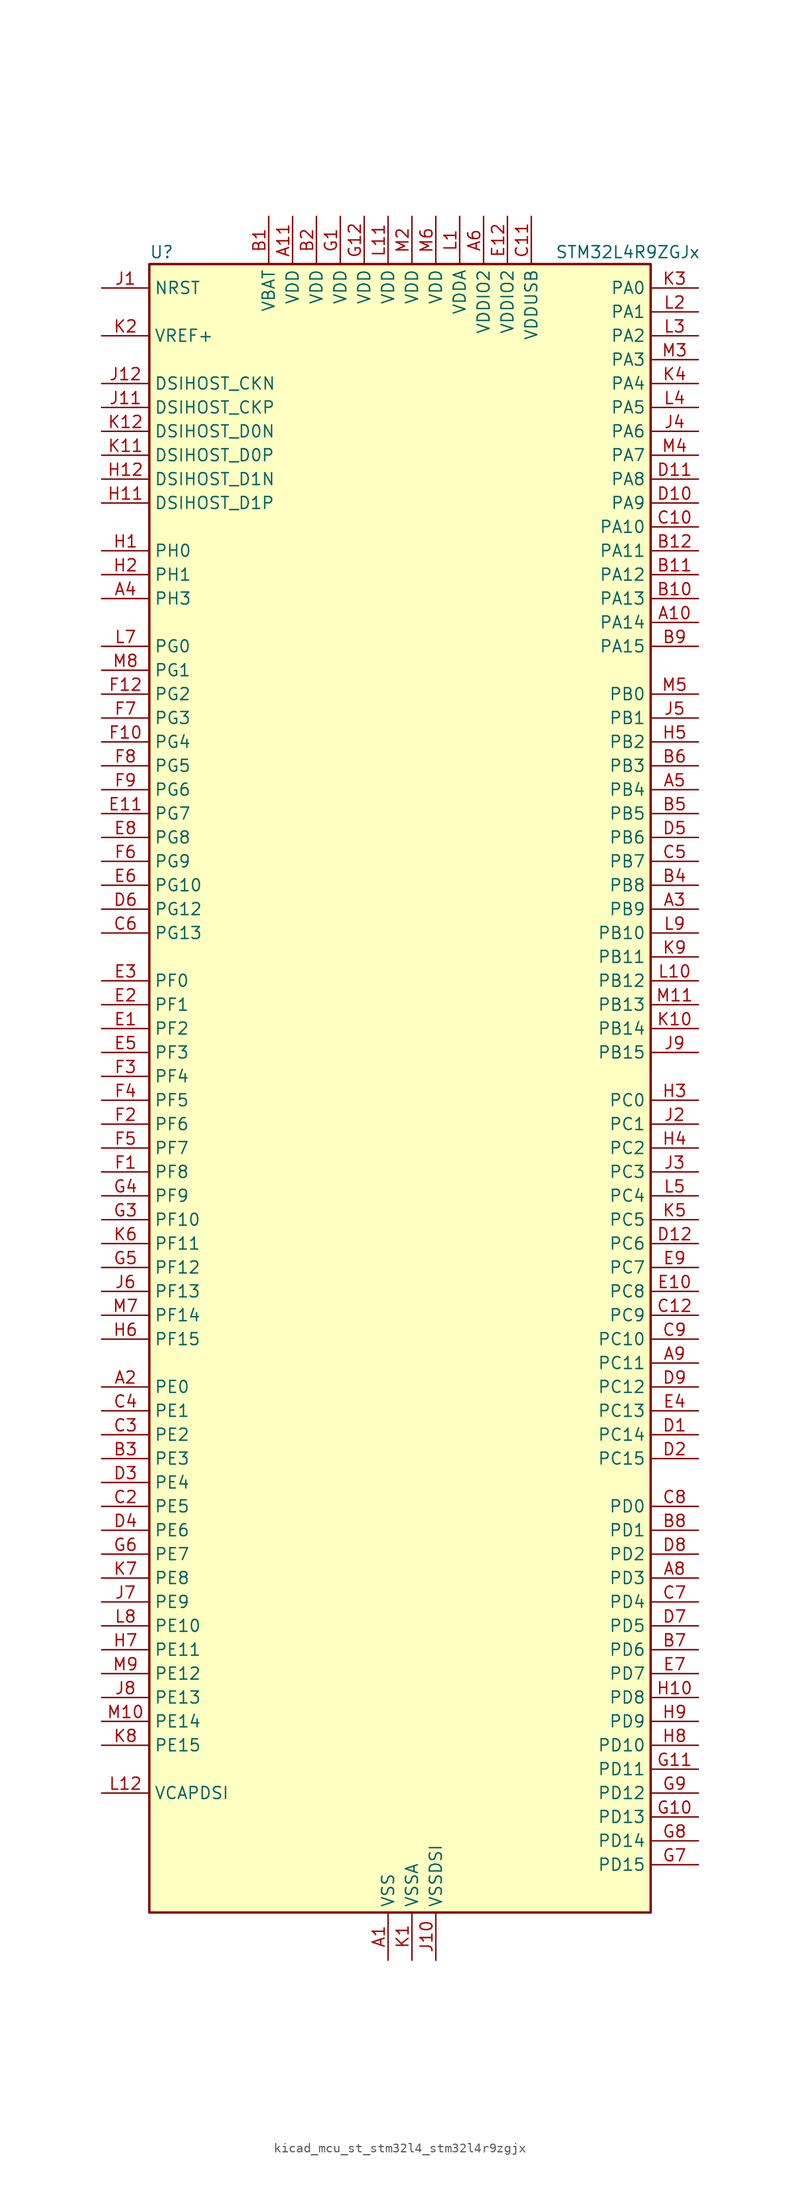
<source format=kicad_sym>
(kicad_symbol_lib
  (version 20220914)
  (generator kicad_symbol_editor)
  (symbol "kicad_mcu_st_stm32l4_stm32l4r9zgjx"
    (property "Reference" "U"
      (at -25.4 90.17 0)
      (effects (font (size 1.27 1.27)) (justify left)))
    (property "Value" "STM32L4R9ZGJx"
      (at 17.78 90.17 0)
      (effects (font (size 1.27 1.27)) (justify left)))
    (property "ki_locked" ""
      (at 0 0 0)
      (effects (font (size 1.27 1.27))))
    (symbol "kicad_mcu_st_stm32l4_stm32l4r9zgjx_0_1"
      (rectangle (start -25.4 -86.36) (end 27.94 88.9) (stroke (width 0.254) (type default)) (fill (type background))))
    (symbol "kicad_mcu_st_stm32l4_stm32l4r9zgjx_1_1"
      (pin power_in line (at 0 -91.44 90) (length 5.08) (name "VSS" (effects (font (size 1.27 1.27)))) (number "A1" (effects (font (size 1.27 1.27)))))
      (pin bidirectional line (at 33.02 50.8 180) (length 5.08) (name "PA14" (effects (font (size 1.27 1.27)))) (number "A10" (effects (font (size 1.27 1.27)))) (alternate "I2C1_SMBA" bidirectional line) (alternate "I2C4_SMBA" bidirectional line) (alternate "LPTIM1_OUT" bidirectional line) (alternate "SAI1_FS_B" bidirectional line) (alternate "SYS_JTCK-SWCLK" bidirectional line) (alternate "USB_OTG_FS_SOF" bidirectional line))
      (pin power_in line (at -10.16 93.98 270) (length 5.08) (name "VDD" (effects (font (size 1.27 1.27)))) (number "A11" (effects (font (size 1.27 1.27)))))
      (pin passive line (at 0 -91.44 90) (length 5.08) hide (name "VSS" (effects (font (size 1.27 1.27)))) (number "A12" (effects (font (size 1.27 1.27)))))
      (pin bidirectional line (at -30.48 -30.48 0) (length 5.08) (name "PE0" (effects (font (size 1.27 1.27)))) (number "A2" (effects (font (size 1.27 1.27)))) (alternate "DCMI_D2" bidirectional line) (alternate "FMC_NBL0" bidirectional line) (alternate "LTDC_HSYNC" bidirectional line) (alternate "TIM16_CH1" bidirectional line) (alternate "TIM4_ETR" bidirectional line))
      (pin bidirectional line (at 33.02 20.32 180) (length 5.08) (name "PB9" (effects (font (size 1.27 1.27)))) (number "A3" (effects (font (size 1.27 1.27)))) (alternate "CAN1_TX" bidirectional line) (alternate "DAC1_EXTI9" bidirectional line) (alternate "DCMI_D7" bidirectional line) (alternate "DFSDM1_CKIN6" bidirectional line) (alternate "I2C1_SDA" bidirectional line) (alternate "IR_OUT" bidirectional line) (alternate "SAI1_D2" bidirectional line) (alternate "SAI1_FS_A" bidirectional line) (alternate "SDMMC1_CDIR" bidirectional line) (alternate "SDMMC1_D5" bidirectional line) (alternate "SPI2_NSS" bidirectional line) (alternate "TIM17_CH1" bidirectional line) (alternate "TIM4_CH4" bidirectional line))
      (pin bidirectional line (at -30.48 53.34 0) (length 5.08) (name "PH3" (effects (font (size 1.27 1.27)))) (number "A4" (effects (font (size 1.27 1.27)))))
      (pin bidirectional line (at 33.02 33.02 180) (length 5.08) (name "PB4" (effects (font (size 1.27 1.27)))) (number "A5" (effects (font (size 1.27 1.27)))) (alternate "COMP2_INP" bidirectional line) (alternate "DCMI_D12" bidirectional line) (alternate "I2C3_SDA" bidirectional line) (alternate "SAI1_MCLK_B" bidirectional line) (alternate "SPI1_MISO" bidirectional line) (alternate "SPI3_MISO" bidirectional line) (alternate "SYS_JTRST" bidirectional line) (alternate "TIM17_BKIN" bidirectional line) (alternate "TIM3_CH1" bidirectional line) (alternate "TSC_G2_IO1" bidirectional line) (alternate "UART5_DE" bidirectional line) (alternate "UART5_RTS" bidirectional line) (alternate "USART1_CTS" bidirectional line) (alternate "USART1_NSS" bidirectional line))
      (pin power_in line (at 10.16 93.98 270) (length 5.08) (name "VDDIO2" (effects (font (size 1.27 1.27)))) (number "A6" (effects (font (size 1.27 1.27)))))
      (pin passive line (at 0 -91.44 90) (length 5.08) hide (name "VSS" (effects (font (size 1.27 1.27)))) (number "A7" (effects (font (size 1.27 1.27)))))
      (pin bidirectional line (at 33.02 -50.8 180) (length 5.08) (name "PD3" (effects (font (size 1.27 1.27)))) (number "A8" (effects (font (size 1.27 1.27)))) (alternate "DCMI_D5" bidirectional line) (alternate "DFSDM1_DATIN0" bidirectional line) (alternate "FMC_CLK" bidirectional line) (alternate "LTDC_CLK" bidirectional line) (alternate "OCTOSPIM_P2_NCS" bidirectional line) (alternate "SPI2_MISO" bidirectional line) (alternate "SPI2_SCK" bidirectional line) (alternate "USART2_CTS" bidirectional line) (alternate "USART2_NSS" bidirectional line))
      (pin bidirectional line (at 33.02 -27.94 180) (length 5.08) (name "PC11" (effects (font (size 1.27 1.27)))) (number "A9" (effects (font (size 1.27 1.27)))) (alternate "ADC1_EXTI11" bidirectional line) (alternate "DCMI_D2" bidirectional line) (alternate "DCMI_D4" bidirectional line) (alternate "OCTOSPIM_P1_NCS" bidirectional line) (alternate "SAI2_MCLK_B" bidirectional line) (alternate "SDMMC1_D3" bidirectional line) (alternate "SPI3_MISO" bidirectional line) (alternate "TSC_G3_IO3" bidirectional line) (alternate "UART4_RX" bidirectional line) (alternate "USART3_RX" bidirectional line))
      (pin power_in line (at -12.7 93.98 270) (length 5.08) (name "VBAT" (effects (font (size 1.27 1.27)))) (number "B1" (effects (font (size 1.27 1.27)))))
      (pin bidirectional line (at 33.02 53.34 180) (length 5.08) (name "PA13" (effects (font (size 1.27 1.27)))) (number "B10" (effects (font (size 1.27 1.27)))) (alternate "IR_OUT" bidirectional line) (alternate "SAI1_SD_B" bidirectional line) (alternate "SYS_JTMS-SWDIO" bidirectional line) (alternate "USB_OTG_FS_NOE" bidirectional line))
      (pin bidirectional line (at 33.02 55.88 180) (length 5.08) (name "PA12" (effects (font (size 1.27 1.27)))) (number "B11" (effects (font (size 1.27 1.27)))) (alternate "CAN1_TX" bidirectional line) (alternate "SPI1_MOSI" bidirectional line) (alternate "TIM1_ETR" bidirectional line) (alternate "USART1_DE" bidirectional line) (alternate "USART1_RTS" bidirectional line) (alternate "USB_OTG_FS_DP" bidirectional line))
      (pin bidirectional line (at 33.02 58.42 180) (length 5.08) (name "PA11" (effects (font (size 1.27 1.27)))) (number "B12" (effects (font (size 1.27 1.27)))) (alternate "ADC1_EXTI11" bidirectional line) (alternate "CAN1_RX" bidirectional line) (alternate "SPI1_MISO" bidirectional line) (alternate "TIM1_BKIN2" bidirectional line) (alternate "TIM1_CH4" bidirectional line) (alternate "USART1_CTS" bidirectional line) (alternate "USART1_NSS" bidirectional line) (alternate "USB_OTG_FS_DM" bidirectional line))
      (pin power_in line (at -7.62 93.98 270) (length 5.08) (name "VDD" (effects (font (size 1.27 1.27)))) (number "B2" (effects (font (size 1.27 1.27)))))
      (pin bidirectional line (at -30.48 -38.1 0) (length 5.08) (name "PE3" (effects (font (size 1.27 1.27)))) (number "B3" (effects (font (size 1.27 1.27)))) (alternate "FMC_A19" bidirectional line) (alternate "LTDC_R1" bidirectional line) (alternate "OCTOSPIM_P1_DQS" bidirectional line) (alternate "SAI1_SD_B" bidirectional line) (alternate "SYS_TRACED0" bidirectional line) (alternate "TIM3_CH1" bidirectional line) (alternate "TSC_G7_IO2" bidirectional line))
      (pin bidirectional line (at 33.02 22.86 180) (length 5.08) (name "PB8" (effects (font (size 1.27 1.27)))) (number "B4" (effects (font (size 1.27 1.27)))) (alternate "CAN1_RX" bidirectional line) (alternate "DCMI_D6" bidirectional line) (alternate "DFSDM1_CKOUT" bidirectional line) (alternate "DFSDM1_DATIN6" bidirectional line) (alternate "I2C1_SCL" bidirectional line) (alternate "LTDC_B1" bidirectional line) (alternate "SAI1_CK1" bidirectional line) (alternate "SAI1_MCLK_A" bidirectional line) (alternate "SDMMC1_CKIN" bidirectional line) (alternate "SDMMC1_D4" bidirectional line) (alternate "TIM16_CH1" bidirectional line) (alternate "TIM4_CH3" bidirectional line))
      (pin bidirectional line (at 33.02 30.48 180) (length 5.08) (name "PB5" (effects (font (size 1.27 1.27)))) (number "B5" (effects (font (size 1.27 1.27)))) (alternate "COMP2_OUT" bidirectional line) (alternate "DCMI_D10" bidirectional line) (alternate "I2C1_SMBA" bidirectional line) (alternate "LPTIM1_IN1" bidirectional line) (alternate "SAI1_SD_B" bidirectional line) (alternate "SPI1_MOSI" bidirectional line) (alternate "SPI3_MOSI" bidirectional line) (alternate "TIM16_BKIN" bidirectional line) (alternate "TIM3_CH2" bidirectional line) (alternate "TSC_G2_IO2" bidirectional line) (alternate "UART5_CTS" bidirectional line) (alternate "USART1_CK" bidirectional line))
      (pin bidirectional line (at 33.02 35.56 180) (length 5.08) (name "PB3" (effects (font (size 1.27 1.27)))) (number "B6" (effects (font (size 1.27 1.27)))) (alternate "COMP2_INM" bidirectional line) (alternate "CRS_SYNC" bidirectional line) (alternate "SAI1_SCK_B" bidirectional line) (alternate "SPI1_SCK" bidirectional line) (alternate "SPI3_SCK" bidirectional line) (alternate "SYS_JTDO-SWO" bidirectional line) (alternate "TIM2_CH2" bidirectional line) (alternate "USART1_DE" bidirectional line) (alternate "USART1_RTS" bidirectional line))
      (pin bidirectional line (at 33.02 -58.42 180) (length 5.08) (name "PD6" (effects (font (size 1.27 1.27)))) (number "B7" (effects (font (size 1.27 1.27)))) (alternate "DCMI_D10" bidirectional line) (alternate "DFSDM1_DATIN1" bidirectional line) (alternate "FMC_NWAIT" bidirectional line) (alternate "LTDC_DE" bidirectional line) (alternate "OCTOSPIM_P1_IO6" bidirectional line) (alternate "SAI1_D1" bidirectional line) (alternate "SAI1_SD_A" bidirectional line) (alternate "SPI3_MOSI" bidirectional line) (alternate "USART2_RX" bidirectional line))
      (pin bidirectional line (at 33.02 -45.72 180) (length 5.08) (name "PD1" (effects (font (size 1.27 1.27)))) (number "B8" (effects (font (size 1.27 1.27)))) (alternate "CAN1_TX" bidirectional line) (alternate "DFSDM1_CKIN7" bidirectional line) (alternate "FMC_D3" bidirectional line) (alternate "FMC_DA3" bidirectional line) (alternate "LTDC_B5" bidirectional line) (alternate "SPI2_SCK" bidirectional line))
      (pin bidirectional line (at 33.02 48.26 180) (length 5.08) (name "PA15" (effects (font (size 1.27 1.27)))) (number "B9" (effects (font (size 1.27 1.27)))) (alternate "ADC1_EXTI15" bidirectional line) (alternate "SAI2_FS_B" bidirectional line) (alternate "SPI1_NSS" bidirectional line) (alternate "SPI3_NSS" bidirectional line) (alternate "SYS_JTDI" bidirectional line) (alternate "TIM2_CH1" bidirectional line) (alternate "TIM2_ETR" bidirectional line) (alternate "TSC_G3_IO1" bidirectional line) (alternate "UART4_DE" bidirectional line) (alternate "UART4_RTS" bidirectional line) (alternate "USART2_RX" bidirectional line) (alternate "USART3_DE" bidirectional line) (alternate "USART3_RTS" bidirectional line))
      (pin passive line (at 0 -91.44 90) (length 5.08) hide (name "VSS" (effects (font (size 1.27 1.27)))) (number "C1" (effects (font (size 1.27 1.27)))))
      (pin bidirectional line (at 33.02 60.96 180) (length 5.08) (name "PA10" (effects (font (size 1.27 1.27)))) (number "C10" (effects (font (size 1.27 1.27)))) (alternate "DCMI_D1" bidirectional line) (alternate "SAI1_D1" bidirectional line) (alternate "SAI1_SD_A" bidirectional line) (alternate "TIM17_BKIN" bidirectional line) (alternate "TIM1_CH3" bidirectional line) (alternate "USART1_RX" bidirectional line) (alternate "USB_OTG_FS_ID" bidirectional line))
      (pin power_in line (at 15.24 93.98 270) (length 5.08) (name "VDDUSB" (effects (font (size 1.27 1.27)))) (number "C11" (effects (font (size 1.27 1.27)))))
      (pin bidirectional line (at 33.02 -22.86 180) (length 5.08) (name "PC9" (effects (font (size 1.27 1.27)))) (number "C12" (effects (font (size 1.27 1.27)))) (alternate "DAC1_EXTI9" bidirectional line) (alternate "DCMI_D3" bidirectional line) (alternate "I2C3_SDA" bidirectional line) (alternate "SAI2_EXTCLK" bidirectional line) (alternate "SDMMC1_D1" bidirectional line) (alternate "SYS_TRACED0" bidirectional line) (alternate "TIM3_CH4" bidirectional line) (alternate "TIM8_BKIN2" bidirectional line) (alternate "TIM8_CH4" bidirectional line) (alternate "TSC_G4_IO4" bidirectional line) (alternate "USB_OTG_FS_NOE" bidirectional line))
      (pin bidirectional line (at -30.48 -43.18 0) (length 5.08) (name "PE5" (effects (font (size 1.27 1.27)))) (number "C2" (effects (font (size 1.27 1.27)))) (alternate "DCMI_D6" bidirectional line) (alternate "DFSDM1_CKIN3" bidirectional line) (alternate "FMC_A21" bidirectional line) (alternate "LTDC_G0" bidirectional line) (alternate "SAI1_CK2" bidirectional line) (alternate "SAI1_SCK_A" bidirectional line) (alternate "SYS_TRACED2" bidirectional line) (alternate "TIM3_CH3" bidirectional line) (alternate "TSC_G7_IO4" bidirectional line))
      (pin bidirectional line (at -30.48 -35.56 0) (length 5.08) (name "PE2" (effects (font (size 1.27 1.27)))) (number "C3" (effects (font (size 1.27 1.27)))) (alternate "FMC_A23" bidirectional line) (alternate "LTDC_R0" bidirectional line) (alternate "SAI1_CK1" bidirectional line) (alternate "SAI1_MCLK_A" bidirectional line) (alternate "SYS_TRACECLK" bidirectional line) (alternate "TIM3_ETR" bidirectional line) (alternate "TSC_G7_IO1" bidirectional line))
      (pin bidirectional line (at -30.48 -33.02 0) (length 5.08) (name "PE1" (effects (font (size 1.27 1.27)))) (number "C4" (effects (font (size 1.27 1.27)))) (alternate "DCMI_D3" bidirectional line) (alternate "FMC_NBL1" bidirectional line) (alternate "LTDC_VSYNC" bidirectional line) (alternate "TIM17_CH1" bidirectional line))
      (pin bidirectional line (at 33.02 25.4 180) (length 5.08) (name "PB7" (effects (font (size 1.27 1.27)))) (number "C5" (effects (font (size 1.27 1.27)))) (alternate "COMP2_INM" bidirectional line) (alternate "DCMI_VSYNC" bidirectional line) (alternate "DFSDM1_CKIN5" bidirectional line) (alternate "DSIHOST_TE" bidirectional line) (alternate "FMC_NL" bidirectional line) (alternate "I2C1_SDA" bidirectional line) (alternate "I2C4_SDA" bidirectional line) (alternate "LPTIM1_IN2" bidirectional line) (alternate "SYS_PVD_IN" bidirectional line) (alternate "TIM17_CH1N" bidirectional line) (alternate "TIM4_CH2" bidirectional line) (alternate "TIM8_BKIN" bidirectional line) (alternate "TSC_G2_IO4" bidirectional line) (alternate "UART4_CTS" bidirectional line) (alternate "USART1_RX" bidirectional line))
      (pin bidirectional line (at -30.48 17.78 0) (length 5.08) (name "PG13" (effects (font (size 1.27 1.27)))) (number "C6" (effects (font (size 1.27 1.27)))) (alternate "FMC_A24" bidirectional line) (alternate "I2C1_SDA" bidirectional line) (alternate "LTDC_R0" bidirectional line) (alternate "USART1_CK" bidirectional line))
      (pin bidirectional line (at 33.02 -53.34 180) (length 5.08) (name "PD4" (effects (font (size 1.27 1.27)))) (number "C7" (effects (font (size 1.27 1.27)))) (alternate "DFSDM1_CKIN0" bidirectional line) (alternate "FMC_NOE" bidirectional line) (alternate "OCTOSPIM_P1_IO4" bidirectional line) (alternate "SPI2_MOSI" bidirectional line) (alternate "USART2_DE" bidirectional line) (alternate "USART2_RTS" bidirectional line))
      (pin bidirectional line (at 33.02 -43.18 180) (length 5.08) (name "PD0" (effects (font (size 1.27 1.27)))) (number "C8" (effects (font (size 1.27 1.27)))) (alternate "CAN1_RX" bidirectional line) (alternate "DFSDM1_DATIN7" bidirectional line) (alternate "FMC_D2" bidirectional line) (alternate "FMC_DA2" bidirectional line) (alternate "LTDC_B4" bidirectional line) (alternate "SPI2_NSS" bidirectional line))
      (pin bidirectional line (at 33.02 -25.4 180) (length 5.08) (name "PC10" (effects (font (size 1.27 1.27)))) (number "C9" (effects (font (size 1.27 1.27)))) (alternate "DCMI_D8" bidirectional line) (alternate "SAI2_SCK_B" bidirectional line) (alternate "SDMMC1_D2" bidirectional line) (alternate "SPI3_SCK" bidirectional line) (alternate "SYS_TRACED1" bidirectional line) (alternate "TSC_G3_IO2" bidirectional line) (alternate "UART4_TX" bidirectional line) (alternate "USART3_TX" bidirectional line))
      (pin bidirectional line (at 33.02 -35.56 180) (length 5.08) (name "PC14" (effects (font (size 1.27 1.27)))) (number "D1" (effects (font (size 1.27 1.27)))) (alternate "RCC_OSC32_IN" bidirectional line))
      (pin bidirectional line (at 33.02 63.5 180) (length 5.08) (name "PA9" (effects (font (size 1.27 1.27)))) (number "D10" (effects (font (size 1.27 1.27)))) (alternate "DAC1_EXTI9" bidirectional line) (alternate "DCMI_D0" bidirectional line) (alternate "SAI1_FS_A" bidirectional line) (alternate "SPI2_SCK" bidirectional line) (alternate "TIM15_BKIN" bidirectional line) (alternate "TIM1_CH2" bidirectional line) (alternate "USART1_TX" bidirectional line) (alternate "USB_OTG_FS_VBUS" bidirectional line))
      (pin bidirectional line (at 33.02 66.04 180) (length 5.08) (name "PA8" (effects (font (size 1.27 1.27)))) (number "D11" (effects (font (size 1.27 1.27)))) (alternate "LPTIM2_OUT" bidirectional line) (alternate "RCC_MCO" bidirectional line) (alternate "SAI1_CK2" bidirectional line) (alternate "SAI1_SCK_A" bidirectional line) (alternate "TIM1_CH1" bidirectional line) (alternate "USART1_CK" bidirectional line) (alternate "USB_OTG_FS_SOF" bidirectional line))
      (pin bidirectional line (at 33.02 -15.24 180) (length 5.08) (name "PC6" (effects (font (size 1.27 1.27)))) (number "D12" (effects (font (size 1.27 1.27)))) (alternate "DCMI_D0" bidirectional line) (alternate "DFSDM1_CKIN3" bidirectional line) (alternate "LTDC_R0" bidirectional line) (alternate "SAI2_MCLK_A" bidirectional line) (alternate "SDMMC1_D0DIR" bidirectional line) (alternate "SDMMC1_D6" bidirectional line) (alternate "TIM3_CH1" bidirectional line) (alternate "TIM8_CH1" bidirectional line) (alternate "TSC_G4_IO1" bidirectional line))
      (pin bidirectional line (at 33.02 -38.1 180) (length 5.08) (name "PC15" (effects (font (size 1.27 1.27)))) (number "D2" (effects (font (size 1.27 1.27)))) (alternate "ADC1_EXTI15" bidirectional line) (alternate "RCC_OSC32_OUT" bidirectional line))
      (pin bidirectional line (at -30.48 -40.64 0) (length 5.08) (name "PE4" (effects (font (size 1.27 1.27)))) (number "D3" (effects (font (size 1.27 1.27)))) (alternate "DCMI_D4" bidirectional line) (alternate "DFSDM1_DATIN3" bidirectional line) (alternate "FMC_A20" bidirectional line) (alternate "LTDC_B0" bidirectional line) (alternate "SAI1_D2" bidirectional line) (alternate "SAI1_FS_A" bidirectional line) (alternate "SYS_TRACED1" bidirectional line) (alternate "TIM3_CH2" bidirectional line) (alternate "TSC_G7_IO3" bidirectional line))
      (pin bidirectional line (at -30.48 -45.72 0) (length 5.08) (name "PE6" (effects (font (size 1.27 1.27)))) (number "D4" (effects (font (size 1.27 1.27)))) (alternate "DCMI_D7" bidirectional line) (alternate "FMC_A22" bidirectional line) (alternate "LTDC_G1" bidirectional line) (alternate "RTC_TAMP3" bidirectional line) (alternate "SAI1_D1" bidirectional line) (alternate "SAI1_SD_A" bidirectional line) (alternate "SYS_TRACED3" bidirectional line) (alternate "SYS_WKUP3" bidirectional line) (alternate "TIM3_CH4" bidirectional line))
      (pin bidirectional line (at 33.02 27.94 180) (length 5.08) (name "PB6" (effects (font (size 1.27 1.27)))) (number "D5" (effects (font (size 1.27 1.27)))) (alternate "COMP2_INP" bidirectional line) (alternate "DCMI_D5" bidirectional line) (alternate "DFSDM1_DATIN5" bidirectional line) (alternate "I2C1_SCL" bidirectional line) (alternate "I2C4_SCL" bidirectional line) (alternate "LPTIM1_ETR" bidirectional line) (alternate "SAI1_FS_B" bidirectional line) (alternate "TIM16_CH1N" bidirectional line) (alternate "TIM4_CH1" bidirectional line) (alternate "TIM8_BKIN2" bidirectional line) (alternate "TSC_G2_IO3" bidirectional line) (alternate "USART1_TX" bidirectional line))
      (pin bidirectional line (at -30.48 20.32 0) (length 5.08) (name "PG12" (effects (font (size 1.27 1.27)))) (number "D6" (effects (font (size 1.27 1.27)))) (alternate "FMC_NE4" bidirectional line) (alternate "LPTIM1_ETR" bidirectional line) (alternate "OCTOSPIM_P2_NCS" bidirectional line) (alternate "SAI2_SD_A" bidirectional line) (alternate "SPI3_NSS" bidirectional line) (alternate "USART1_DE" bidirectional line) (alternate "USART1_RTS" bidirectional line))
      (pin bidirectional line (at 33.02 -55.88 180) (length 5.08) (name "PD5" (effects (font (size 1.27 1.27)))) (number "D7" (effects (font (size 1.27 1.27)))) (alternate "FMC_NWE" bidirectional line) (alternate "OCTOSPIM_P1_IO5" bidirectional line) (alternate "USART2_TX" bidirectional line))
      (pin bidirectional line (at 33.02 -48.26 180) (length 5.08) (name "PD2" (effects (font (size 1.27 1.27)))) (number "D8" (effects (font (size 1.27 1.27)))) (alternate "DCMI_D11" bidirectional line) (alternate "SDMMC1_CMD" bidirectional line) (alternate "SYS_TRACED2" bidirectional line) (alternate "TIM3_ETR" bidirectional line) (alternate "TSC_SYNC" bidirectional line) (alternate "UART5_RX" bidirectional line) (alternate "USART3_DE" bidirectional line) (alternate "USART3_RTS" bidirectional line))
      (pin bidirectional line (at 33.02 -30.48 180) (length 5.08) (name "PC12" (effects (font (size 1.27 1.27)))) (number "D9" (effects (font (size 1.27 1.27)))) (alternate "DCMI_D9" bidirectional line) (alternate "SAI2_SD_B" bidirectional line) (alternate "SDMMC1_CK" bidirectional line) (alternate "SPI3_MOSI" bidirectional line) (alternate "SYS_TRACED3" bidirectional line) (alternate "TSC_G3_IO4" bidirectional line) (alternate "UART5_TX" bidirectional line) (alternate "USART3_CK" bidirectional line))
      (pin bidirectional line (at -30.48 7.62 0) (length 5.08) (name "PF2" (effects (font (size 1.27 1.27)))) (number "E1" (effects (font (size 1.27 1.27)))) (alternate "FMC_A2" bidirectional line) (alternate "I2C2_SMBA" bidirectional line) (alternate "OCTOSPIM_P2_IO2" bidirectional line))
      (pin bidirectional line (at 33.02 -20.32 180) (length 5.08) (name "PC8" (effects (font (size 1.27 1.27)))) (number "E10" (effects (font (size 1.27 1.27)))) (alternate "DCMI_D2" bidirectional line) (alternate "SDMMC1_D0" bidirectional line) (alternate "TIM3_CH3" bidirectional line) (alternate "TIM8_CH3" bidirectional line) (alternate "TSC_G4_IO3" bidirectional line))
      (pin bidirectional line (at -30.48 30.48 0) (length 5.08) (name "PG7" (effects (font (size 1.27 1.27)))) (number "E11" (effects (font (size 1.27 1.27)))) (alternate "DFSDM1_CKOUT" bidirectional line) (alternate "FMC_INT" bidirectional line) (alternate "I2C3_SCL" bidirectional line) (alternate "LPUART1_TX" bidirectional line) (alternate "OCTOSPIM_P2_DQS" bidirectional line) (alternate "SAI1_CK1" bidirectional line) (alternate "SAI1_MCLK_A" bidirectional line))
      (pin power_in line (at 12.7 93.98 270) (length 5.08) (name "VDDIO2" (effects (font (size 1.27 1.27)))) (number "E12" (effects (font (size 1.27 1.27)))))
      (pin bidirectional line (at -30.48 10.16 0) (length 5.08) (name "PF1" (effects (font (size 1.27 1.27)))) (number "E2" (effects (font (size 1.27 1.27)))) (alternate "FMC_A1" bidirectional line) (alternate "I2C2_SCL" bidirectional line) (alternate "OCTOSPIM_P2_IO1" bidirectional line))
      (pin bidirectional line (at -30.48 12.7 0) (length 5.08) (name "PF0" (effects (font (size 1.27 1.27)))) (number "E3" (effects (font (size 1.27 1.27)))) (alternate "FMC_A0" bidirectional line) (alternate "I2C2_SDA" bidirectional line) (alternate "OCTOSPIM_P2_IO0" bidirectional line))
      (pin bidirectional line (at 33.02 -33.02 180) (length 5.08) (name "PC13" (effects (font (size 1.27 1.27)))) (number "E4" (effects (font (size 1.27 1.27)))) (alternate "RTC_OUT_ALARM" bidirectional line) (alternate "RTC_OUT_CALIB" bidirectional line) (alternate "RTC_TAMP1" bidirectional line) (alternate "RTC_TS" bidirectional line) (alternate "SYS_WKUP2" bidirectional line))
      (pin bidirectional line (at -30.48 5.08 0) (length 5.08) (name "PF3" (effects (font (size 1.27 1.27)))) (number "E5" (effects (font (size 1.27 1.27)))) (alternate "FMC_A3" bidirectional line) (alternate "OCTOSPIM_P2_IO3" bidirectional line))
      (pin bidirectional line (at -30.48 22.86 0) (length 5.08) (name "PG10" (effects (font (size 1.27 1.27)))) (number "E6" (effects (font (size 1.27 1.27)))) (alternate "FMC_NE3" bidirectional line) (alternate "LPTIM1_IN1" bidirectional line) (alternate "OCTOSPIM_P2_IO7" bidirectional line) (alternate "SAI2_FS_A" bidirectional line) (alternate "SPI3_MISO" bidirectional line) (alternate "TIM15_CH1" bidirectional line) (alternate "USART1_RX" bidirectional line))
      (pin bidirectional line (at 33.02 -60.96 180) (length 5.08) (name "PD7" (effects (font (size 1.27 1.27)))) (number "E7" (effects (font (size 1.27 1.27)))) (alternate "DFSDM1_CKIN1" bidirectional line) (alternate "FMC_NCE" bidirectional line) (alternate "FMC_NE1" bidirectional line) (alternate "OCTOSPIM_P1_IO7" bidirectional line) (alternate "USART2_CK" bidirectional line))
      (pin bidirectional line (at -30.48 27.94 0) (length 5.08) (name "PG8" (effects (font (size 1.27 1.27)))) (number "E8" (effects (font (size 1.27 1.27)))) (alternate "I2C3_SDA" bidirectional line) (alternate "LPUART1_RX" bidirectional line))
      (pin bidirectional line (at 33.02 -17.78 180) (length 5.08) (name "PC7" (effects (font (size 1.27 1.27)))) (number "E9" (effects (font (size 1.27 1.27)))) (alternate "DCMI_D1" bidirectional line) (alternate "DFSDM1_DATIN3" bidirectional line) (alternate "LTDC_R1" bidirectional line) (alternate "SAI2_MCLK_B" bidirectional line) (alternate "SDMMC1_D123DIR" bidirectional line) (alternate "SDMMC1_D7" bidirectional line) (alternate "TIM3_CH2" bidirectional line) (alternate "TIM8_CH2" bidirectional line) (alternate "TSC_G4_IO2" bidirectional line))
      (pin bidirectional line (at -30.48 -7.62 0) (length 5.08) (name "PF8" (effects (font (size 1.27 1.27)))) (number "F1" (effects (font (size 1.27 1.27)))) (alternate "OCTOSPIM_P1_IO0" bidirectional line) (alternate "SAI1_SCK_B" bidirectional line) (alternate "TIM5_CH3" bidirectional line))
      (pin bidirectional line (at -30.48 38.1 0) (length 5.08) (name "PG4" (effects (font (size 1.27 1.27)))) (number "F10" (effects (font (size 1.27 1.27)))) (alternate "FMC_A14" bidirectional line) (alternate "SAI2_MCLK_B" bidirectional line) (alternate "SPI1_MOSI" bidirectional line))
      (pin passive line (at 0 -91.44 90) (length 5.08) hide (name "VSS" (effects (font (size 1.27 1.27)))) (number "F11" (effects (font (size 1.27 1.27)))))
      (pin bidirectional line (at -30.48 43.18 0) (length 5.08) (name "PG2" (effects (font (size 1.27 1.27)))) (number "F12" (effects (font (size 1.27 1.27)))) (alternate "FMC_A12" bidirectional line) (alternate "SAI2_SCK_B" bidirectional line) (alternate "SPI1_SCK" bidirectional line))
      (pin bidirectional line (at -30.48 -2.54 0) (length 5.08) (name "PF6" (effects (font (size 1.27 1.27)))) (number "F2" (effects (font (size 1.27 1.27)))) (alternate "OCTOSPIM_P1_IO3" bidirectional line) (alternate "SAI1_SD_B" bidirectional line) (alternate "TIM5_CH1" bidirectional line) (alternate "TIM5_ETR" bidirectional line))
      (pin bidirectional line (at -30.48 2.54 0) (length 5.08) (name "PF4" (effects (font (size 1.27 1.27)))) (number "F3" (effects (font (size 1.27 1.27)))) (alternate "FMC_A4" bidirectional line) (alternate "OCTOSPIM_P2_CLK" bidirectional line))
      (pin bidirectional line (at -30.48 0 0) (length 5.08) (name "PF5" (effects (font (size 1.27 1.27)))) (number "F4" (effects (font (size 1.27 1.27)))) (alternate "FMC_A5" bidirectional line))
      (pin bidirectional line (at -30.48 -5.08 0) (length 5.08) (name "PF7" (effects (font (size 1.27 1.27)))) (number "F5" (effects (font (size 1.27 1.27)))) (alternate "OCTOSPIM_P1_IO2" bidirectional line) (alternate "SAI1_MCLK_B" bidirectional line) (alternate "TIM5_CH2" bidirectional line))
      (pin bidirectional line (at -30.48 25.4 0) (length 5.08) (name "PG9" (effects (font (size 1.27 1.27)))) (number "F6" (effects (font (size 1.27 1.27)))) (alternate "DAC1_EXTI9" bidirectional line) (alternate "FMC_NCE" bidirectional line) (alternate "FMC_NE2" bidirectional line) (alternate "OCTOSPIM_P2_IO6" bidirectional line) (alternate "SAI2_SCK_A" bidirectional line) (alternate "SPI3_SCK" bidirectional line) (alternate "TIM15_CH1N" bidirectional line) (alternate "USART1_TX" bidirectional line))
      (pin bidirectional line (at -30.48 40.64 0) (length 5.08) (name "PG3" (effects (font (size 1.27 1.27)))) (number "F7" (effects (font (size 1.27 1.27)))) (alternate "FMC_A13" bidirectional line) (alternate "SAI2_FS_B" bidirectional line) (alternate "SPI1_MISO" bidirectional line))
      (pin bidirectional line (at -30.48 35.56 0) (length 5.08) (name "PG5" (effects (font (size 1.27 1.27)))) (number "F8" (effects (font (size 1.27 1.27)))) (alternate "FMC_A15" bidirectional line) (alternate "LPUART1_CTS" bidirectional line) (alternate "SAI2_SD_B" bidirectional line) (alternate "SPI1_NSS" bidirectional line))
      (pin bidirectional line (at -30.48 33.02 0) (length 5.08) (name "PG6" (effects (font (size 1.27 1.27)))) (number "F9" (effects (font (size 1.27 1.27)))) (alternate "DSIHOST_TE" bidirectional line) (alternate "I2C3_SMBA" bidirectional line) (alternate "LPUART1_DE" bidirectional line) (alternate "LPUART1_RTS" bidirectional line) (alternate "LTDC_R1" bidirectional line) (alternate "OCTOSPIM_P1_DQS" bidirectional line))
      (pin power_in line (at -5.08 93.98 270) (length 5.08) (name "VDD" (effects (font (size 1.27 1.27)))) (number "G1" (effects (font (size 1.27 1.27)))))
      (pin bidirectional line (at 33.02 -76.2 180) (length 5.08) (name "PD13" (effects (font (size 1.27 1.27)))) (number "G10" (effects (font (size 1.27 1.27)))) (alternate "FMC_A18" bidirectional line) (alternate "I2C4_SDA" bidirectional line) (alternate "LPTIM2_OUT" bidirectional line) (alternate "TIM4_CH2" bidirectional line) (alternate "TSC_G6_IO4" bidirectional line))
      (pin bidirectional line (at 33.02 -71.12 180) (length 5.08) (name "PD11" (effects (font (size 1.27 1.27)))) (number "G11" (effects (font (size 1.27 1.27)))) (alternate "ADC1_EXTI11" bidirectional line) (alternate "FMC_A16" bidirectional line) (alternate "FMC_CLE" bidirectional line) (alternate "I2C4_SMBA" bidirectional line) (alternate "LPTIM2_ETR" bidirectional line) (alternate "LTDC_R6" bidirectional line) (alternate "SAI2_SD_A" bidirectional line) (alternate "TSC_G6_IO2" bidirectional line) (alternate "USART3_CTS" bidirectional line) (alternate "USART3_NSS" bidirectional line))
      (pin power_in line (at -2.54 93.98 270) (length 5.08) (name "VDD" (effects (font (size 1.27 1.27)))) (number "G12" (effects (font (size 1.27 1.27)))))
      (pin passive line (at 0 -91.44 90) (length 5.08) hide (name "VSS" (effects (font (size 1.27 1.27)))) (number "G2" (effects (font (size 1.27 1.27)))))
      (pin bidirectional line (at -30.48 -12.7 0) (length 5.08) (name "PF10" (effects (font (size 1.27 1.27)))) (number "G3" (effects (font (size 1.27 1.27)))) (alternate "DCMI_D11" bidirectional line) (alternate "DFSDM1_CKOUT" bidirectional line) (alternate "OCTOSPIM_P1_CLK" bidirectional line) (alternate "SAI1_D3" bidirectional line) (alternate "TIM15_CH2" bidirectional line))
      (pin bidirectional line (at -30.48 -10.16 0) (length 5.08) (name "PF9" (effects (font (size 1.27 1.27)))) (number "G4" (effects (font (size 1.27 1.27)))) (alternate "DAC1_EXTI9" bidirectional line) (alternate "OCTOSPIM_P1_IO1" bidirectional line) (alternate "SAI1_FS_B" bidirectional line) (alternate "TIM15_CH1" bidirectional line) (alternate "TIM5_CH4" bidirectional line))
      (pin bidirectional line (at -30.48 -17.78 0) (length 5.08) (name "PF12" (effects (font (size 1.27 1.27)))) (number "G5" (effects (font (size 1.27 1.27)))) (alternate "FMC_A6" bidirectional line) (alternate "LTDC_B0" bidirectional line) (alternate "OCTOSPIM_P2_DQS" bidirectional line))
      (pin bidirectional line (at -30.48 -48.26 0) (length 5.08) (name "PE7" (effects (font (size 1.27 1.27)))) (number "G6" (effects (font (size 1.27 1.27)))) (alternate "DFSDM1_DATIN2" bidirectional line) (alternate "FMC_D4" bidirectional line) (alternate "FMC_DA4" bidirectional line) (alternate "LTDC_B6" bidirectional line) (alternate "SAI1_SD_B" bidirectional line) (alternate "TIM1_ETR" bidirectional line))
      (pin bidirectional line (at 33.02 -81.28 180) (length 5.08) (name "PD15" (effects (font (size 1.27 1.27)))) (number "G7" (effects (font (size 1.27 1.27)))) (alternate "ADC1_EXTI15" bidirectional line) (alternate "FMC_D1" bidirectional line) (alternate "FMC_DA1" bidirectional line) (alternate "LTDC_B3" bidirectional line) (alternate "TIM4_CH4" bidirectional line))
      (pin bidirectional line (at 33.02 -78.74 180) (length 5.08) (name "PD14" (effects (font (size 1.27 1.27)))) (number "G8" (effects (font (size 1.27 1.27)))) (alternate "FMC_D0" bidirectional line) (alternate "FMC_DA0" bidirectional line) (alternate "LTDC_B2" bidirectional line) (alternate "TIM4_CH3" bidirectional line))
      (pin bidirectional line (at 33.02 -73.66 180) (length 5.08) (name "PD12" (effects (font (size 1.27 1.27)))) (number "G9" (effects (font (size 1.27 1.27)))) (alternate "FMC_A17" bidirectional line) (alternate "FMC_ALE" bidirectional line) (alternate "I2C4_SCL" bidirectional line) (alternate "LPTIM2_IN1" bidirectional line) (alternate "LTDC_R7" bidirectional line) (alternate "SAI2_FS_A" bidirectional line) (alternate "TIM4_CH1" bidirectional line) (alternate "TSC_G6_IO3" bidirectional line) (alternate "USART3_DE" bidirectional line) (alternate "USART3_RTS" bidirectional line))
      (pin bidirectional line (at -30.48 58.42 0) (length 5.08) (name "PH0" (effects (font (size 1.27 1.27)))) (number "H1" (effects (font (size 1.27 1.27)))) (alternate "RCC_OSC_IN" bidirectional line))
      (pin bidirectional line (at 33.02 -63.5 180) (length 5.08) (name "PD8" (effects (font (size 1.27 1.27)))) (number "H10" (effects (font (size 1.27 1.27)))) (alternate "DCMI_HSYNC" bidirectional line) (alternate "FMC_D13" bidirectional line) (alternate "FMC_DA13" bidirectional line) (alternate "LTDC_R3" bidirectional line) (alternate "USART3_TX" bidirectional line))
      (pin bidirectional line (at -30.48 63.5 0) (length 5.08) (name "DSIHOST_D1P" (effects (font (size 1.27 1.27)))) (number "H11" (effects (font (size 1.27 1.27)))) (alternate "DSIHOST_D1P" bidirectional line))
      (pin bidirectional line (at -30.48 66.04 0) (length 5.08) (name "DSIHOST_D1N" (effects (font (size 1.27 1.27)))) (number "H12" (effects (font (size 1.27 1.27)))) (alternate "DSIHOST_D1N" bidirectional line))
      (pin bidirectional line (at -30.48 55.88 0) (length 5.08) (name "PH1" (effects (font (size 1.27 1.27)))) (number "H2" (effects (font (size 1.27 1.27)))) (alternate "RCC_OSC_OUT" bidirectional line))
      (pin bidirectional line (at 33.02 0 180) (length 5.08) (name "PC0" (effects (font (size 1.27 1.27)))) (number "H3" (effects (font (size 1.27 1.27)))) (alternate "ADC1_IN1" bidirectional line) (alternate "DFSDM1_DATIN4" bidirectional line) (alternate "I2C3_SCL" bidirectional line) (alternate "LPTIM1_IN1" bidirectional line) (alternate "LPTIM2_IN1" bidirectional line) (alternate "LPUART1_RX" bidirectional line) (alternate "SAI2_FS_A" bidirectional line))
      (pin bidirectional line (at 33.02 -5.08 180) (length 5.08) (name "PC2" (effects (font (size 1.27 1.27)))) (number "H4" (effects (font (size 1.27 1.27)))) (alternate "ADC1_IN3" bidirectional line) (alternate "DFSDM1_CKOUT" bidirectional line) (alternate "LPTIM1_IN2" bidirectional line) (alternate "OCTOSPIM_P1_IO5" bidirectional line) (alternate "SPI2_MISO" bidirectional line))
      (pin bidirectional line (at 33.02 38.1 180) (length 5.08) (name "PB2" (effects (font (size 1.27 1.27)))) (number "H5" (effects (font (size 1.27 1.27)))) (alternate "COMP1_INP" bidirectional line) (alternate "DFSDM1_CKIN0" bidirectional line) (alternate "I2C3_SMBA" bidirectional line) (alternate "LPTIM1_OUT" bidirectional line) (alternate "LTDC_B1" bidirectional line) (alternate "OCTOSPIM_P1_DQS" bidirectional line) (alternate "RTC_OUT_ALARM" bidirectional line) (alternate "RTC_OUT_CALIB" bidirectional line))
      (pin bidirectional line (at -30.48 -25.4 0) (length 5.08) (name "PF15" (effects (font (size 1.27 1.27)))) (number "H6" (effects (font (size 1.27 1.27)))) (alternate "ADC1_EXTI15" bidirectional line) (alternate "FMC_A9" bidirectional line) (alternate "I2C4_SDA" bidirectional line) (alternate "LTDC_G1" bidirectional line) (alternate "TSC_G8_IO2" bidirectional line))
      (pin bidirectional line (at -30.48 -58.42 0) (length 5.08) (name "PE11" (effects (font (size 1.27 1.27)))) (number "H7" (effects (font (size 1.27 1.27)))) (alternate "ADC1_EXTI11" bidirectional line) (alternate "DFSDM1_CKIN4" bidirectional line) (alternate "FMC_D8" bidirectional line) (alternate "FMC_DA8" bidirectional line) (alternate "LTDC_G4" bidirectional line) (alternate "OCTOSPIM_P1_NCS" bidirectional line) (alternate "TIM1_CH2" bidirectional line) (alternate "TSC_G5_IO2" bidirectional line))
      (pin bidirectional line (at 33.02 -68.58 180) (length 5.08) (name "PD10" (effects (font (size 1.27 1.27)))) (number "H8" (effects (font (size 1.27 1.27)))) (alternate "FMC_D15" bidirectional line) (alternate "FMC_DA15" bidirectional line) (alternate "LTDC_R5" bidirectional line) (alternate "SAI2_SCK_A" bidirectional line) (alternate "TSC_G6_IO1" bidirectional line) (alternate "USART3_CK" bidirectional line))
      (pin bidirectional line (at 33.02 -66.04 180) (length 5.08) (name "PD9" (effects (font (size 1.27 1.27)))) (number "H9" (effects (font (size 1.27 1.27)))) (alternate "DAC1_EXTI9" bidirectional line) (alternate "DCMI_PIXCLK" bidirectional line) (alternate "FMC_D14" bidirectional line) (alternate "FMC_DA14" bidirectional line) (alternate "LTDC_R4" bidirectional line) (alternate "SAI2_MCLK_A" bidirectional line) (alternate "USART3_RX" bidirectional line))
      (pin input line (at -30.48 86.36 0) (length 5.08) (name "NRST" (effects (font (size 1.27 1.27)))) (number "J1" (effects (font (size 1.27 1.27)))))
      (pin power_in line (at 5.08 -91.44 90) (length 5.08) (name "VSSDSI" (effects (font (size 1.27 1.27)))) (number "J10" (effects (font (size 1.27 1.27)))))
      (pin bidirectional line (at -30.48 73.66 0) (length 5.08) (name "DSIHOST_CKP" (effects (font (size 1.27 1.27)))) (number "J11" (effects (font (size 1.27 1.27)))) (alternate "DSIHOST_CKP" bidirectional line))
      (pin bidirectional line (at -30.48 76.2 0) (length 5.08) (name "DSIHOST_CKN" (effects (font (size 1.27 1.27)))) (number "J12" (effects (font (size 1.27 1.27)))) (alternate "DSIHOST_CKN" bidirectional line))
      (pin bidirectional line (at 33.02 -2.54 180) (length 5.08) (name "PC1" (effects (font (size 1.27 1.27)))) (number "J2" (effects (font (size 1.27 1.27)))) (alternate "ADC1_IN2" bidirectional line) (alternate "DFSDM1_CKIN4" bidirectional line) (alternate "I2C3_SDA" bidirectional line) (alternate "LPTIM1_OUT" bidirectional line) (alternate "LPUART1_TX" bidirectional line) (alternate "OCTOSPIM_P1_IO4" bidirectional line) (alternate "SAI1_SD_A" bidirectional line) (alternate "SPI2_MOSI" bidirectional line) (alternate "SYS_TRACED0" bidirectional line))
      (pin bidirectional line (at 33.02 -7.62 180) (length 5.08) (name "PC3" (effects (font (size 1.27 1.27)))) (number "J3" (effects (font (size 1.27 1.27)))) (alternate "ADC1_IN4" bidirectional line) (alternate "LPTIM1_ETR" bidirectional line) (alternate "LPTIM2_ETR" bidirectional line) (alternate "OCTOSPIM_P1_IO6" bidirectional line) (alternate "SAI1_D1" bidirectional line) (alternate "SAI1_SD_A" bidirectional line) (alternate "SPI2_MOSI" bidirectional line))
      (pin bidirectional line (at 33.02 71.12 180) (length 5.08) (name "PA6" (effects (font (size 1.27 1.27)))) (number "J4" (effects (font (size 1.27 1.27)))) (alternate "ADC1_IN11" bidirectional line) (alternate "DCMI_PIXCLK" bidirectional line) (alternate "LPUART1_CTS" bidirectional line) (alternate "OCTOSPIM_P1_IO3" bidirectional line) (alternate "OPAMP2_VINP" bidirectional line) (alternate "SPI1_MISO" bidirectional line) (alternate "TIM16_CH1" bidirectional line) (alternate "TIM1_BKIN" bidirectional line) (alternate "TIM3_CH1" bidirectional line) (alternate "TIM8_BKIN" bidirectional line) (alternate "USART3_CTS" bidirectional line) (alternate "USART3_NSS" bidirectional line))
      (pin bidirectional line (at 33.02 40.64 180) (length 5.08) (name "PB1" (effects (font (size 1.27 1.27)))) (number "J5" (effects (font (size 1.27 1.27)))) (alternate "ADC1_IN16" bidirectional line) (alternate "COMP1_INM" bidirectional line) (alternate "DFSDM1_DATIN0" bidirectional line) (alternate "LPTIM2_IN1" bidirectional line) (alternate "LPUART1_DE" bidirectional line) (alternate "LPUART1_RTS" bidirectional line) (alternate "OCTOSPIM_P1_IO0" bidirectional line) (alternate "TIM1_CH3N" bidirectional line) (alternate "TIM3_CH4" bidirectional line) (alternate "TIM8_CH3N" bidirectional line) (alternate "USART3_DE" bidirectional line) (alternate "USART3_RTS" bidirectional line))
      (pin bidirectional line (at -30.48 -20.32 0) (length 5.08) (name "PF13" (effects (font (size 1.27 1.27)))) (number "J6" (effects (font (size 1.27 1.27)))) (alternate "DFSDM1_DATIN6" bidirectional line) (alternate "FMC_A7" bidirectional line) (alternate "I2C4_SMBA" bidirectional line) (alternate "LTDC_B1" bidirectional line))
      (pin bidirectional line (at -30.48 -53.34 0) (length 5.08) (name "PE9" (effects (font (size 1.27 1.27)))) (number "J7" (effects (font (size 1.27 1.27)))) (alternate "DAC1_EXTI9" bidirectional line) (alternate "DFSDM1_CKOUT" bidirectional line) (alternate "FMC_D6" bidirectional line) (alternate "FMC_DA6" bidirectional line) (alternate "LTDC_G2" bidirectional line) (alternate "SAI1_FS_B" bidirectional line) (alternate "TIM1_CH1" bidirectional line))
      (pin bidirectional line (at -30.48 -63.5 0) (length 5.08) (name "PE13" (effects (font (size 1.27 1.27)))) (number "J8" (effects (font (size 1.27 1.27)))) (alternate "DFSDM1_CKIN5" bidirectional line) (alternate "FMC_D10" bidirectional line) (alternate "FMC_DA10" bidirectional line) (alternate "LTDC_G6" bidirectional line) (alternate "OCTOSPIM_P1_IO1" bidirectional line) (alternate "SPI1_SCK" bidirectional line) (alternate "TIM1_CH3" bidirectional line) (alternate "TSC_G5_IO4" bidirectional line))
      (pin bidirectional line (at 33.02 5.08 180) (length 5.08) (name "PB15" (effects (font (size 1.27 1.27)))) (number "J9" (effects (font (size 1.27 1.27)))) (alternate "ADC1_EXTI15" bidirectional line) (alternate "DFSDM1_CKIN2" bidirectional line) (alternate "RTC_REFIN" bidirectional line) (alternate "SAI2_SD_A" bidirectional line) (alternate "SPI2_MOSI" bidirectional line) (alternate "TIM15_CH2" bidirectional line) (alternate "TIM1_CH3N" bidirectional line) (alternate "TIM8_CH3N" bidirectional line) (alternate "TSC_G1_IO4" bidirectional line))
      (pin power_in line (at 2.54 -91.44 90) (length 5.08) (name "VSSA" (effects (font (size 1.27 1.27)))) (number "K1" (effects (font (size 1.27 1.27)))))
      (pin bidirectional line (at 33.02 7.62 180) (length 5.08) (name "PB14" (effects (font (size 1.27 1.27)))) (number "K10" (effects (font (size 1.27 1.27)))) (alternate "DFSDM1_DATIN2" bidirectional line) (alternate "I2C2_SDA" bidirectional line) (alternate "SAI2_MCLK_A" bidirectional line) (alternate "SPI2_MISO" bidirectional line) (alternate "TIM15_CH1" bidirectional line) (alternate "TIM1_CH2N" bidirectional line) (alternate "TIM8_CH2N" bidirectional line) (alternate "TSC_G1_IO3" bidirectional line) (alternate "USART3_DE" bidirectional line) (alternate "USART3_RTS" bidirectional line))
      (pin bidirectional line (at -30.48 68.58 0) (length 5.08) (name "DSIHOST_D0P" (effects (font (size 1.27 1.27)))) (number "K11" (effects (font (size 1.27 1.27)))) (alternate "DSIHOST_D0P" bidirectional line))
      (pin bidirectional line (at -30.48 71.12 0) (length 5.08) (name "DSIHOST_D0N" (effects (font (size 1.27 1.27)))) (number "K12" (effects (font (size 1.27 1.27)))) (alternate "DSIHOST_D0N" bidirectional line))
      (pin input line (at -30.48 81.28 0) (length 5.08) (name "VREF+" (effects (font (size 1.27 1.27)))) (number "K2" (effects (font (size 1.27 1.27)))) (alternate "VREFBUF_OUT" bidirectional line))
      (pin bidirectional line (at 33.02 86.36 180) (length 5.08) (name "PA0" (effects (font (size 1.27 1.27)))) (number "K3" (effects (font (size 1.27 1.27)))) (alternate "ADC1_IN5" bidirectional line) (alternate "OPAMP1_VINP" bidirectional line) (alternate "RTC_TAMP2" bidirectional line) (alternate "SAI1_EXTCLK" bidirectional line) (alternate "SYS_WKUP1" bidirectional line) (alternate "TIM2_CH1" bidirectional line) (alternate "TIM2_ETR" bidirectional line) (alternate "TIM5_CH1" bidirectional line) (alternate "TIM8_ETR" bidirectional line) (alternate "UART4_TX" bidirectional line) (alternate "USART2_CTS" bidirectional line) (alternate "USART2_NSS" bidirectional line))
      (pin bidirectional line (at 33.02 76.2 180) (length 5.08) (name "PA4" (effects (font (size 1.27 1.27)))) (number "K4" (effects (font (size 1.27 1.27)))) (alternate "ADC1_IN9" bidirectional line) (alternate "DAC1_OUT1" bidirectional line) (alternate "DCMI_HSYNC" bidirectional line) (alternate "LPTIM2_OUT" bidirectional line) (alternate "OCTOSPIM_P1_NCS" bidirectional line) (alternate "SAI1_FS_B" bidirectional line) (alternate "SPI1_NSS" bidirectional line) (alternate "SPI3_NSS" bidirectional line) (alternate "USART2_CK" bidirectional line))
      (pin bidirectional line (at 33.02 -12.7 180) (length 5.08) (name "PC5" (effects (font (size 1.27 1.27)))) (number "K5" (effects (font (size 1.27 1.27)))) (alternate "ADC1_IN14" bidirectional line) (alternate "COMP1_INP" bidirectional line) (alternate "SAI1_D3" bidirectional line) (alternate "SYS_WKUP5" bidirectional line) (alternate "USART3_RX" bidirectional line))
      (pin bidirectional line (at -30.48 -15.24 0) (length 5.08) (name "PF11" (effects (font (size 1.27 1.27)))) (number "K6" (effects (font (size 1.27 1.27)))) (alternate "ADC1_EXTI11" bidirectional line) (alternate "DCMI_D12" bidirectional line) (alternate "DSIHOST_TE" bidirectional line) (alternate "LTDC_DE" bidirectional line))
      (pin bidirectional line (at -30.48 -50.8 0) (length 5.08) (name "PE8" (effects (font (size 1.27 1.27)))) (number "K7" (effects (font (size 1.27 1.27)))) (alternate "DFSDM1_CKIN2" bidirectional line) (alternate "FMC_D5" bidirectional line) (alternate "FMC_DA5" bidirectional line) (alternate "LTDC_B7" bidirectional line) (alternate "SAI1_SCK_B" bidirectional line) (alternate "TIM1_CH1N" bidirectional line))
      (pin bidirectional line (at -30.48 -68.58 0) (length 5.08) (name "PE15" (effects (font (size 1.27 1.27)))) (number "K8" (effects (font (size 1.27 1.27)))) (alternate "ADC1_EXTI15" bidirectional line) (alternate "FMC_D12" bidirectional line) (alternate "FMC_DA12" bidirectional line) (alternate "LTDC_R2" bidirectional line) (alternate "OCTOSPIM_P1_IO3" bidirectional line) (alternate "SPI1_MOSI" bidirectional line) (alternate "TIM1_BKIN" bidirectional line))
      (pin bidirectional line (at 33.02 15.24 180) (length 5.08) (name "PB11" (effects (font (size 1.27 1.27)))) (number "K9" (effects (font (size 1.27 1.27)))) (alternate "ADC1_EXTI11" bidirectional line) (alternate "COMP2_OUT" bidirectional line) (alternate "DFSDM1_CKIN7" bidirectional line) (alternate "DSIHOST_TE" bidirectional line) (alternate "I2C2_SDA" bidirectional line) (alternate "I2C4_SDA" bidirectional line) (alternate "LPUART1_TX" bidirectional line) (alternate "OCTOSPIM_P1_NCS" bidirectional line) (alternate "TIM2_CH4" bidirectional line) (alternate "USART3_RX" bidirectional line))
      (pin power_in line (at 7.62 93.98 270) (length 5.08) (name "VDDA" (effects (font (size 1.27 1.27)))) (number "L1" (effects (font (size 1.27 1.27)))))
      (pin bidirectional line (at 33.02 12.7 180) (length 5.08) (name "PB12" (effects (font (size 1.27 1.27)))) (number "L10" (effects (font (size 1.27 1.27)))) (alternate "DFSDM1_DATIN1" bidirectional line) (alternate "I2C2_SMBA" bidirectional line) (alternate "LPUART1_DE" bidirectional line) (alternate "LPUART1_RTS" bidirectional line) (alternate "SAI2_FS_A" bidirectional line) (alternate "SPI2_NSS" bidirectional line) (alternate "TIM15_BKIN" bidirectional line) (alternate "TIM1_BKIN" bidirectional line) (alternate "TSC_G1_IO1" bidirectional line) (alternate "USART3_CK" bidirectional line))
      (pin power_in line (at 0 93.98 270) (length 5.08) (name "VDD" (effects (font (size 1.27 1.27)))) (number "L11" (effects (font (size 1.27 1.27)))))
      (pin power_out line (at -30.48 -73.66 0) (length 5.08) (name "VCAPDSI" (effects (font (size 1.27 1.27)))) (number "L12" (effects (font (size 1.27 1.27)))))
      (pin bidirectional line (at 33.02 83.82 180) (length 5.08) (name "PA1" (effects (font (size 1.27 1.27)))) (number "L2" (effects (font (size 1.27 1.27)))) (alternate "ADC1_IN6" bidirectional line) (alternate "I2C1_SMBA" bidirectional line) (alternate "OCTOSPIM_P1_DQS" bidirectional line) (alternate "OPAMP1_VINM" bidirectional line) (alternate "SPI1_SCK" bidirectional line) (alternate "TIM15_CH1N" bidirectional line) (alternate "TIM2_CH2" bidirectional line) (alternate "TIM5_CH2" bidirectional line) (alternate "UART4_RX" bidirectional line) (alternate "USART2_DE" bidirectional line) (alternate "USART2_RTS" bidirectional line))
      (pin bidirectional line (at 33.02 81.28 180) (length 5.08) (name "PA2" (effects (font (size 1.27 1.27)))) (number "L3" (effects (font (size 1.27 1.27)))) (alternate "ADC1_IN7" bidirectional line) (alternate "LPUART1_TX" bidirectional line) (alternate "OCTOSPIM_P1_NCS" bidirectional line) (alternate "RCC_LSCO" bidirectional line) (alternate "SAI2_EXTCLK" bidirectional line) (alternate "SYS_WKUP4" bidirectional line) (alternate "TIM15_CH1" bidirectional line) (alternate "TIM2_CH3" bidirectional line) (alternate "TIM5_CH3" bidirectional line) (alternate "USART2_TX" bidirectional line))
      (pin bidirectional line (at 33.02 73.66 180) (length 5.08) (name "PA5" (effects (font (size 1.27 1.27)))) (number "L4" (effects (font (size 1.27 1.27)))) (alternate "ADC1_IN10" bidirectional line) (alternate "DAC1_OUT2" bidirectional line) (alternate "LPTIM2_ETR" bidirectional line) (alternate "SPI1_SCK" bidirectional line) (alternate "TIM2_CH1" bidirectional line) (alternate "TIM2_ETR" bidirectional line) (alternate "TIM8_CH1N" bidirectional line))
      (pin bidirectional line (at 33.02 -10.16 180) (length 5.08) (name "PC4" (effects (font (size 1.27 1.27)))) (number "L5" (effects (font (size 1.27 1.27)))) (alternate "ADC1_IN13" bidirectional line) (alternate "COMP1_INM" bidirectional line) (alternate "OCTOSPIM_P1_IO7" bidirectional line) (alternate "USART3_TX" bidirectional line))
      (pin passive line (at 0 -91.44 90) (length 5.08) hide (name "VSS" (effects (font (size 1.27 1.27)))) (number "L6" (effects (font (size 1.27 1.27)))))
      (pin bidirectional line (at -30.48 48.26 0) (length 5.08) (name "PG0" (effects (font (size 1.27 1.27)))) (number "L7" (effects (font (size 1.27 1.27)))) (alternate "FMC_A10" bidirectional line) (alternate "OCTOSPIM_P2_IO4" bidirectional line) (alternate "TSC_G8_IO3" bidirectional line))
      (pin bidirectional line (at -30.48 -55.88 0) (length 5.08) (name "PE10" (effects (font (size 1.27 1.27)))) (number "L8" (effects (font (size 1.27 1.27)))) (alternate "DFSDM1_DATIN4" bidirectional line) (alternate "FMC_D7" bidirectional line) (alternate "FMC_DA7" bidirectional line) (alternate "LTDC_G3" bidirectional line) (alternate "OCTOSPIM_P1_CLK" bidirectional line) (alternate "SAI1_MCLK_B" bidirectional line) (alternate "TIM1_CH2N" bidirectional line) (alternate "TSC_G5_IO1" bidirectional line))
      (pin bidirectional line (at 33.02 17.78 180) (length 5.08) (name "PB10" (effects (font (size 1.27 1.27)))) (number "L9" (effects (font (size 1.27 1.27)))) (alternate "COMP1_OUT" bidirectional line) (alternate "DFSDM1_DATIN7" bidirectional line) (alternate "I2C2_SCL" bidirectional line) (alternate "I2C4_SCL" bidirectional line) (alternate "LPUART1_RX" bidirectional line) (alternate "OCTOSPIM_P1_CLK" bidirectional line) (alternate "SAI1_SCK_A" bidirectional line) (alternate "SPI2_SCK" bidirectional line) (alternate "TIM2_CH3" bidirectional line) (alternate "TSC_SYNC" bidirectional line) (alternate "USART3_TX" bidirectional line))
      (pin passive line (at 0 -91.44 90) (length 5.08) hide (name "VSS" (effects (font (size 1.27 1.27)))) (number "M1" (effects (font (size 1.27 1.27)))))
      (pin bidirectional line (at -30.48 -66.04 0) (length 5.08) (name "PE14" (effects (font (size 1.27 1.27)))) (number "M10" (effects (font (size 1.27 1.27)))) (alternate "FMC_D11" bidirectional line) (alternate "FMC_DA11" bidirectional line) (alternate "LTDC_G7" bidirectional line) (alternate "OCTOSPIM_P1_IO2" bidirectional line) (alternate "SPI1_MISO" bidirectional line) (alternate "TIM1_BKIN2" bidirectional line) (alternate "TIM1_CH4" bidirectional line))
      (pin bidirectional line (at 33.02 10.16 180) (length 5.08) (name "PB13" (effects (font (size 1.27 1.27)))) (number "M11" (effects (font (size 1.27 1.27)))) (alternate "DFSDM1_CKIN1" bidirectional line) (alternate "I2C2_SCL" bidirectional line) (alternate "LPUART1_CTS" bidirectional line) (alternate "SAI2_SCK_A" bidirectional line) (alternate "SPI2_SCK" bidirectional line) (alternate "TIM15_CH1N" bidirectional line) (alternate "TIM1_CH1N" bidirectional line) (alternate "TSC_G1_IO2" bidirectional line) (alternate "USART3_CTS" bidirectional line) (alternate "USART3_NSS" bidirectional line))
      (pin passive line (at 0 -91.44 90) (length 5.08) hide (name "VSS" (effects (font (size 1.27 1.27)))) (number "M12" (effects (font (size 1.27 1.27)))))
      (pin power_in line (at 2.54 93.98 270) (length 5.08) (name "VDD" (effects (font (size 1.27 1.27)))) (number "M2" (effects (font (size 1.27 1.27)))))
      (pin bidirectional line (at 33.02 78.74 180) (length 5.08) (name "PA3" (effects (font (size 1.27 1.27)))) (number "M3" (effects (font (size 1.27 1.27)))) (alternate "ADC1_IN8" bidirectional line) (alternate "LPUART1_RX" bidirectional line) (alternate "OCTOSPIM_P1_CLK" bidirectional line) (alternate "OPAMP1_VOUT" bidirectional line) (alternate "SAI1_CK1" bidirectional line) (alternate "SAI1_MCLK_A" bidirectional line) (alternate "TIM15_CH2" bidirectional line) (alternate "TIM2_CH4" bidirectional line) (alternate "TIM5_CH4" bidirectional line) (alternate "USART2_RX" bidirectional line))
      (pin bidirectional line (at 33.02 68.58 180) (length 5.08) (name "PA7" (effects (font (size 1.27 1.27)))) (number "M4" (effects (font (size 1.27 1.27)))) (alternate "ADC1_IN12" bidirectional line) (alternate "I2C3_SCL" bidirectional line) (alternate "OCTOSPIM_P1_IO2" bidirectional line) (alternate "OPAMP2_VINM" bidirectional line) (alternate "SPI1_MOSI" bidirectional line) (alternate "TIM17_CH1" bidirectional line) (alternate "TIM1_CH1N" bidirectional line) (alternate "TIM3_CH2" bidirectional line) (alternate "TIM8_CH1N" bidirectional line))
      (pin bidirectional line (at 33.02 43.18 180) (length 5.08) (name "PB0" (effects (font (size 1.27 1.27)))) (number "M5" (effects (font (size 1.27 1.27)))) (alternate "ADC1_IN15" bidirectional line) (alternate "COMP1_OUT" bidirectional line) (alternate "OCTOSPIM_P1_IO1" bidirectional line) (alternate "OPAMP2_VOUT" bidirectional line) (alternate "SAI1_EXTCLK" bidirectional line) (alternate "SPI1_NSS" bidirectional line) (alternate "TIM1_CH2N" bidirectional line) (alternate "TIM3_CH3" bidirectional line) (alternate "TIM8_CH2N" bidirectional line) (alternate "USART3_CK" bidirectional line))
      (pin power_in line (at 5.08 93.98 270) (length 5.08) (name "VDD" (effects (font (size 1.27 1.27)))) (number "M6" (effects (font (size 1.27 1.27)))))
      (pin bidirectional line (at -30.48 -22.86 0) (length 5.08) (name "PF14" (effects (font (size 1.27 1.27)))) (number "M7" (effects (font (size 1.27 1.27)))) (alternate "DFSDM1_CKIN6" bidirectional line) (alternate "FMC_A8" bidirectional line) (alternate "I2C4_SCL" bidirectional line) (alternate "LTDC_G0" bidirectional line) (alternate "TSC_G8_IO1" bidirectional line))
      (pin bidirectional line (at -30.48 45.72 0) (length 5.08) (name "PG1" (effects (font (size 1.27 1.27)))) (number "M8" (effects (font (size 1.27 1.27)))) (alternate "FMC_A11" bidirectional line) (alternate "OCTOSPIM_P2_IO5" bidirectional line) (alternate "TSC_G8_IO4" bidirectional line))
      (pin bidirectional line (at -30.48 -60.96 0) (length 5.08) (name "PE12" (effects (font (size 1.27 1.27)))) (number "M9" (effects (font (size 1.27 1.27)))) (alternate "DFSDM1_DATIN5" bidirectional line) (alternate "FMC_D9" bidirectional line) (alternate "FMC_DA9" bidirectional line) (alternate "LTDC_G5" bidirectional line) (alternate "OCTOSPIM_P1_IO0" bidirectional line) (alternate "SPI1_NSS" bidirectional line) (alternate "TIM1_CH3N" bidirectional line) (alternate "TSC_G5_IO3" bidirectional line)))))
</source>
